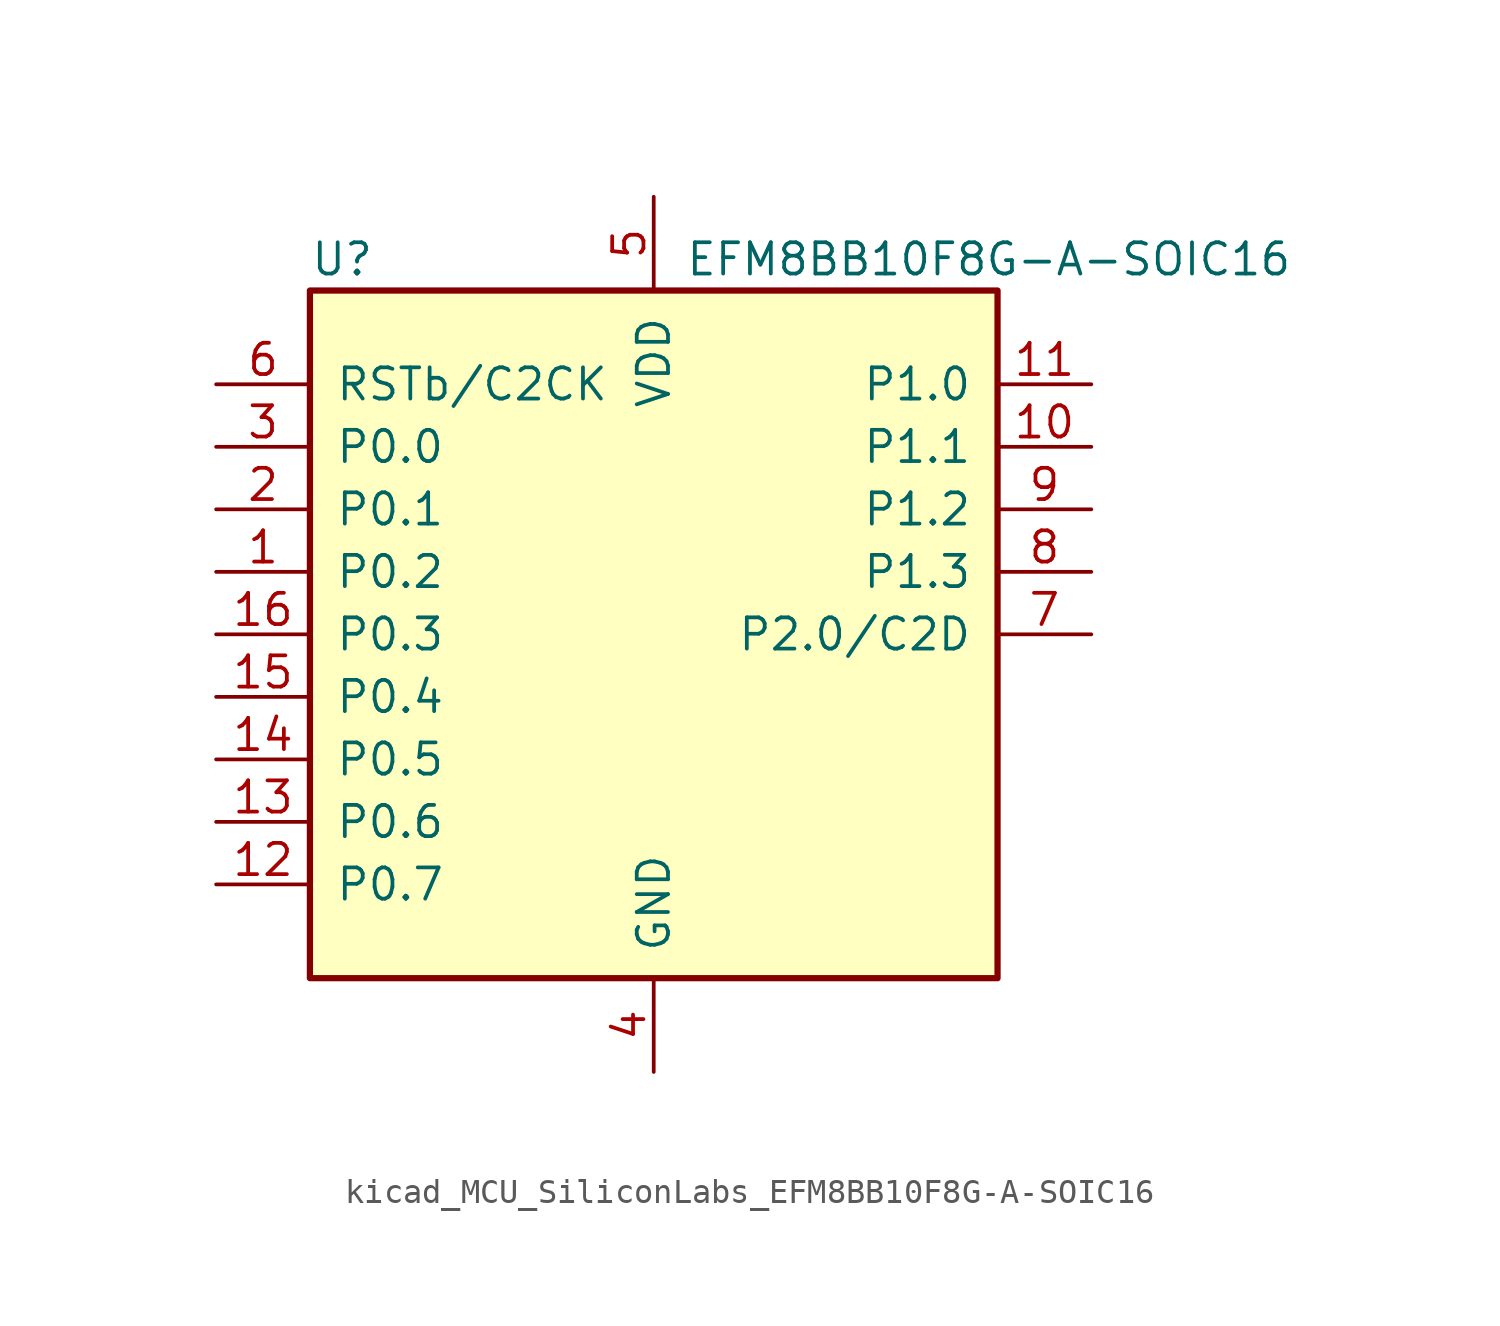
<source format=kicad_sym>
(kicad_symbol_lib
  (version 20220914)
  (generator kicad_symbol_editor)
  (symbol "kicad_MCU_SiliconLabs_EFM8BB10F8G-A-SOIC16"
    (pin_names
      (offset 1.016))
    (property "Reference" "U"
      (at -13.97 15.24 0)
      (effects (font (size 1.27 1.27)) (justify left)))
    (property "Value" "EFM8BB10F8G-A-SOIC16"
      (at 1.27 15.24 0)
      (effects (font (size 1.27 1.27)) (justify left)))
    (symbol "kicad_MCU_SiliconLabs_EFM8BB10F8G-A-SOIC16_0_1"
      (rectangle (start -13.97 13.97) (end 13.97 -13.97) (stroke (width 0.254) (type default)) (fill (type background)))
      (pin bidirectional line (at -17.78 2.54 0) (length 3.81) (name "P0.2" (effects (font (size 1.27 1.27)))) (number "1" (effects (font (size 1.27 1.27)))))
      (pin bidirectional line (at 17.78 7.62 180) (length 3.81) (name "P1.1" (effects (font (size 1.27 1.27)))) (number "10" (effects (font (size 1.27 1.27)))))
      (pin bidirectional line (at 17.78 10.16 180) (length 3.81) (name "P1.0" (effects (font (size 1.27 1.27)))) (number "11" (effects (font (size 1.27 1.27)))))
      (pin bidirectional line (at -17.78 -10.16 0) (length 3.81) (name "P0.7" (effects (font (size 1.27 1.27)))) (number "12" (effects (font (size 1.27 1.27)))))
      (pin bidirectional line (at -17.78 -7.62 0) (length 3.81) (name "P0.6" (effects (font (size 1.27 1.27)))) (number "13" (effects (font (size 1.27 1.27)))))
      (pin bidirectional line (at -17.78 -5.08 0) (length 3.81) (name "P0.5" (effects (font (size 1.27 1.27)))) (number "14" (effects (font (size 1.27 1.27)))))
      (pin bidirectional line (at -17.78 -2.54 0) (length 3.81) (name "P0.4" (effects (font (size 1.27 1.27)))) (number "15" (effects (font (size 1.27 1.27)))))
      (pin bidirectional line (at -17.78 0 0) (length 3.81) (name "P0.3" (effects (font (size 1.27 1.27)))) (number "16" (effects (font (size 1.27 1.27)))))
      (pin bidirectional line (at -17.78 5.08 0) (length 3.81) (name "P0.1" (effects (font (size 1.27 1.27)))) (number "2" (effects (font (size 1.27 1.27)))))
      (pin bidirectional line (at -17.78 7.62 0) (length 3.81) (name "P0.0" (effects (font (size 1.27 1.27)))) (number "3" (effects (font (size 1.27 1.27)))))
      (pin power_in line (at 0 -17.78 90) (length 3.81) (name "GND" (effects (font (size 1.27 1.27)))) (number "4" (effects (font (size 1.27 1.27)))))
      (pin power_in line (at 0 17.78 270) (length 3.81) (name "VDD" (effects (font (size 1.27 1.27)))) (number "5" (effects (font (size 1.27 1.27)))))
      (pin input line (at -17.78 10.16 0) (length 3.81) (name "RSTb/C2CK" (effects (font (size 1.27 1.27)))) (number "6" (effects (font (size 1.27 1.27)))))
      (pin bidirectional line (at 17.78 0 180) (length 3.81) (name "P2.0/C2D" (effects (font (size 1.27 1.27)))) (number "7" (effects (font (size 1.27 1.27)))))
      (pin bidirectional line (at 17.78 2.54 180) (length 3.81) (name "P1.3" (effects (font (size 1.27 1.27)))) (number "8" (effects (font (size 1.27 1.27)))))
      (pin bidirectional line (at 17.78 5.08 180) (length 3.81) (name "P1.2" (effects (font (size 1.27 1.27)))) (number "9" (effects (font (size 1.27 1.27))))))))
</source>
